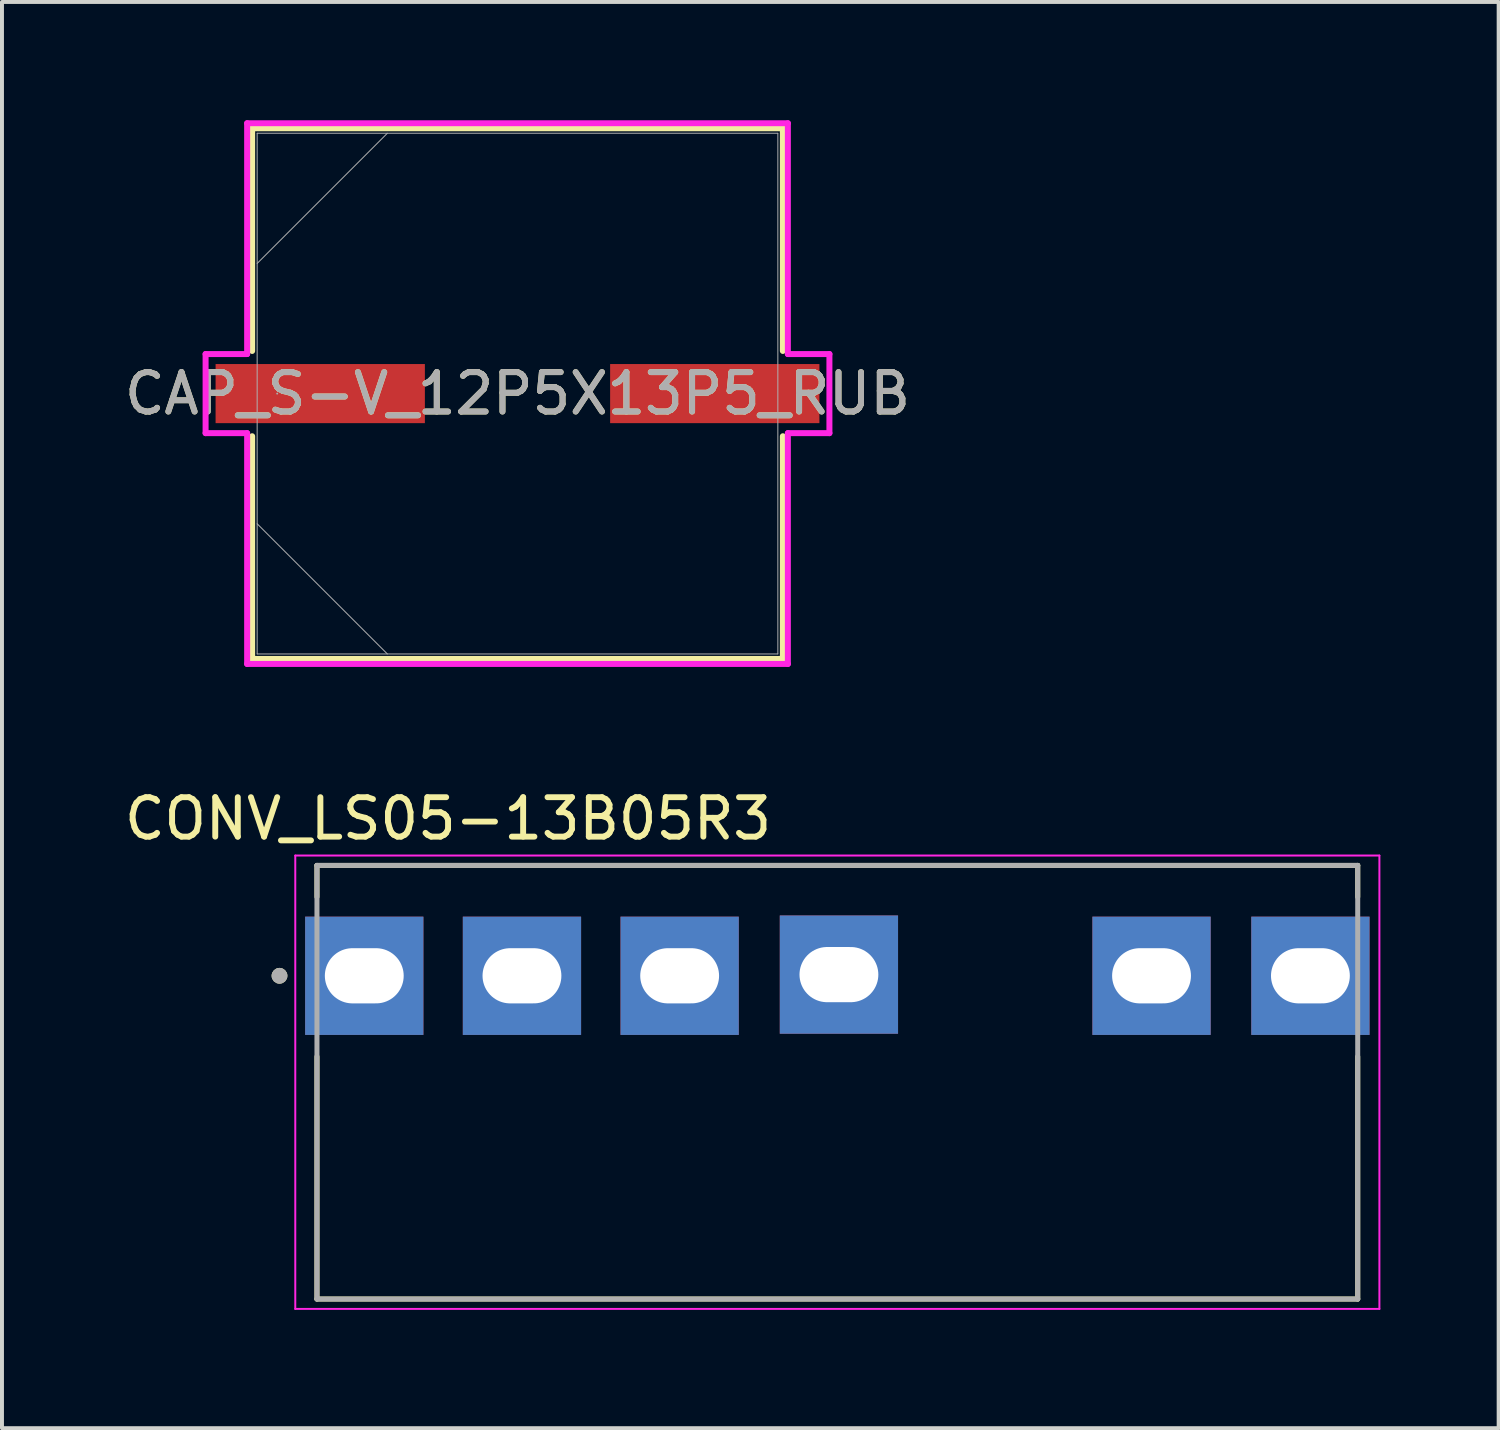
<source format=kicad_pcb>
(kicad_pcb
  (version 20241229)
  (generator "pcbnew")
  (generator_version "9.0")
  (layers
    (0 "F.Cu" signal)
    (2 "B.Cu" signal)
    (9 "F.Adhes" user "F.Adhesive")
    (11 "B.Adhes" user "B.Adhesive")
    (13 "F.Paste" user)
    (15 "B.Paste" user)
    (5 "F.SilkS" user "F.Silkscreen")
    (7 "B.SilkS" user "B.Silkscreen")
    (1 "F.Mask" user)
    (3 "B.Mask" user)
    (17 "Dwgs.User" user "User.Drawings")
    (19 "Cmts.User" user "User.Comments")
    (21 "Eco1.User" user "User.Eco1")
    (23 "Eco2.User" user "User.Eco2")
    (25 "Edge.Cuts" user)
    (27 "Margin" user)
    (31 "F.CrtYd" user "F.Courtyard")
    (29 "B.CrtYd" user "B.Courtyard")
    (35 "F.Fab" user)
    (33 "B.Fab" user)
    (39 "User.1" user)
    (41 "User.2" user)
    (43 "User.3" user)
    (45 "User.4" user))
  (footprint "CONV_LS05-13B05R3"
    (layer "F.Cu")
    (at 18.19 21.702)
    (property "Reference" "CONV_LS05-13B05R3" (at -9.875 -3.985 0) (layer "F.SilkS") (effects (font (size 1 1) (thickness 0.15))))
    (attr through_hole)
    (fp_line (start -13.2 -2.8) (end -13.2 -2) (stroke (width 0.127) (type solid)) (layer "F.SilkS"))
    (fp_line (start -13.2 2.05) (end -13.2 8.2) (stroke (width 0.127) (type solid)) (layer "F.SilkS"))
    (fp_line (start -13.2 8.2) (end 13.2 8.2) (stroke (width 0.127) (type solid)) (layer "F.SilkS"))
    (fp_line (start 13.2 -2.8) (end -13.2 -2.8) (stroke (width 0.127) (type solid)) (layer "F.SilkS"))
    (fp_line (start 13.2 -2.8) (end 13.2 -2) (stroke (width 0.127) (type solid)) (layer "F.SilkS"))
    (fp_line (start 13.2 2.05) (end 13.2 8.2) (stroke (width 0.127) (type solid)) (layer "F.SilkS"))
    (fp_circle (center -14.15 0) (end -14.05 0) (stroke (width 0.2) (type solid)) (fill no) (layer "F.SilkS"))
    (fp_line (start -13.75 -3.05) (end -13.75 8.45) (stroke (width 0.05) (type solid)) (layer "F.CrtYd"))
    (fp_line (start -13.75 8.45) (end 13.75 8.45) (stroke (width 0.05) (type solid)) (layer "F.CrtYd"))
    (fp_line (start 13.75 -3.05) (end -13.75 -3.05) (stroke (width 0.05) (type solid)) (layer "F.CrtYd"))
    (fp_line (start 13.75 8.45) (end 13.75 -3.05) (stroke (width 0.05) (type solid)) (layer "F.CrtYd"))
    (fp_line (start -13.2 -2.8) (end -13.2 8.2) (stroke (width 0.127) (type solid)) (layer "F.Fab"))
    (fp_line (start -13.2 8.2) (end 13.2 8.2) (stroke (width 0.127) (type solid)) (layer "F.Fab"))
    (fp_line (start 13.2 -2.8) (end -13.2 -2.8) (stroke (width 0.127) (type solid)) (layer "F.Fab"))
    (fp_line (start 13.2 8.2) (end 13.2 -2.8) (stroke (width 0.127) (type solid)) (layer "F.Fab"))
    (fp_circle (center -14.15 0) (end -14.05 0) (stroke (width 0.2) (type solid)) (fill no) (layer "F.Fab"))
    (pad "1" thru_hole rect (at -12 0) (size 3 3) (drill oval 2 1.4) (layers "*.Cu" "*.Mask"))
    (pad "2" thru_hole rect (at -8 0) (size 3 3) (drill oval 2 1.4) (layers "*.Cu" "*.Mask"))
    (pad "3" thru_hole rect (at -4 0) (size 3 3) (drill oval 2 1.4) (layers "*.Cu" "*.Mask"))
    (pad "4" thru_hole rect (at 0.04 -0.03) (size 3 3) (drill oval 2 1.4) (layers "*.Cu" "*.Mask"))
    (pad "5" thru_hole rect (at 7.97 0) (size 3 3) (drill oval 2 1.4) (layers "*.Cu" "*.Mask"))
    (pad "6" thru_hole rect (at 12 0) (size 3 3) (drill oval 2 1.4) (layers "*.Cu" "*.Mask")))
  (footprint "CAP_S-V_12P5X13P5_RUB"
    (layer "F.Cu")
    (at 10.077 6.934)
    (property "Reference" "CAP_S-V_12P5X13P5_RUB" (at 0 0 0) (unlocked yes) (layer "F.SilkS") (effects (font (size 1 1) (thickness 0.15))))
    (attr smd)
    (fp_line (start -6.731 -6.731) (end -6.731 -1.082) (stroke (width 0.152) (type solid)) (layer "F.SilkS"))
    (fp_line (start -6.731 1.082) (end -6.731 6.731) (stroke (width 0.152) (type solid)) (layer "F.SilkS"))
    (fp_line (start -6.731 6.731) (end 6.731 6.731) (stroke (width 0.152) (type solid)) (layer "F.SilkS"))
    (fp_line (start 6.731 -6.731) (end -6.731 -6.731) (stroke (width 0.152) (type solid)) (layer "F.SilkS"))
    (fp_line (start 6.731 -1.082) (end 6.731 -6.731) (stroke (width 0.152) (type solid)) (layer "F.SilkS"))
    (fp_line (start 6.731 6.731) (end 6.731 1.082) (stroke (width 0.152) (type solid)) (layer "F.SilkS"))
    (fp_line (start -7.912 -1.003) (end -6.858 -1.003) (stroke (width 0.152) (type solid)) (layer "F.CrtYd"))
    (fp_line (start -7.912 1.003) (end -7.912 -1.003) (stroke (width 0.152) (type solid)) (layer "F.CrtYd"))
    (fp_line (start -6.858 -6.858) (end 6.858 -6.858) (stroke (width 0.152) (type solid)) (layer "F.CrtYd"))
    (fp_line (start -6.858 -1.003) (end -6.858 -6.858) (stroke (width 0.152) (type solid)) (layer "F.CrtYd"))
    (fp_line (start -6.858 1.003) (end -7.912 1.003) (stroke (width 0.152) (type solid)) (layer "F.CrtYd"))
    (fp_line (start -6.858 6.858) (end -6.858 1.003) (stroke (width 0.152) (type solid)) (layer "F.CrtYd"))
    (fp_line (start 6.858 -6.858) (end 6.858 -1.003) (stroke (width 0.152) (type solid)) (layer "F.CrtYd"))
    (fp_line (start 6.858 -1.003) (end 7.912 -1.003) (stroke (width 0.152) (type solid)) (layer "F.CrtYd"))
    (fp_line (start 6.858 1.003) (end 6.858 6.858) (stroke (width 0.152) (type solid)) (layer "F.CrtYd"))
    (fp_line (start 6.858 6.858) (end -6.858 6.858) (stroke (width 0.152) (type solid)) (layer "F.CrtYd"))
    (fp_line (start 7.912 -1.003) (end 7.912 1.003) (stroke (width 0.152) (type solid)) (layer "F.CrtYd"))
    (fp_line (start 7.912 1.003) (end 6.858 1.003) (stroke (width 0.152) (type solid)) (layer "F.CrtYd"))
    (fp_line (start -6.604 -6.604) (end -6.604 6.604) (stroke (width 0.025) (type solid)) (layer "F.Fab"))
    (fp_line (start -6.604 -3.302) (end -3.302 -6.604) (stroke (width 0.025) (type solid)) (layer "F.Fab"))
    (fp_line (start -6.604 3.302) (end -3.302 6.604) (stroke (width 0.025) (type solid)) (layer "F.Fab"))
    (fp_line (start -6.604 6.604) (end 6.604 6.604) (stroke (width 0.025) (type solid)) (layer "F.Fab"))
    (fp_line (start 6.604 -6.604) (end -6.604 -6.604) (stroke (width 0.025) (type solid)) (layer "F.Fab"))
    (fp_line (start 6.604 6.604) (end 6.604 -6.604) (stroke (width 0.025) (type solid)) (layer "F.Fab"))
    (fp_circle (center -6.096 0) (end -6.096 0) (stroke (width 0.025) (type solid)) (fill no) (layer "F.Fab"))
    (fp_text user "${REFERENCE}" (at 0 0 0) (unlocked yes) (layer "F.Fab") (effects (font (size 1 1) (thickness 0.15))))
    (pad "1" smd rect (at -5.004 0) (size 5.309 1.499) (layers "F.Cu" "F.Mask" "F.Paste"))
    (pad "2" smd rect (at 5.004 0) (size 5.309 1.499) (layers "F.Cu" "F.Mask" "F.Paste"))
    (zone (net_name "") (layer "F.Cu") (hatch full 0.508) (connect_pads) (min_thickness 0.254) (filled_areas_thickness no) (keepout (tracks not_allowed) (vias not_allowed) (pads allowed) (copperpour not_allowed) (footprints allowed)) (placement (enabled no)) (fill) (polygon (pts (xy 7.779 6.134) (xy 12.376 6.134) (xy 12.376 7.734) (xy 7.779 7.734)))))
  (gr_rect
    (start -3 -3)
    (end 34.965 33.177)
    (stroke (width 0.1) (type default))
    (fill no)
    (layer "Edge.Cuts")))
</source>
